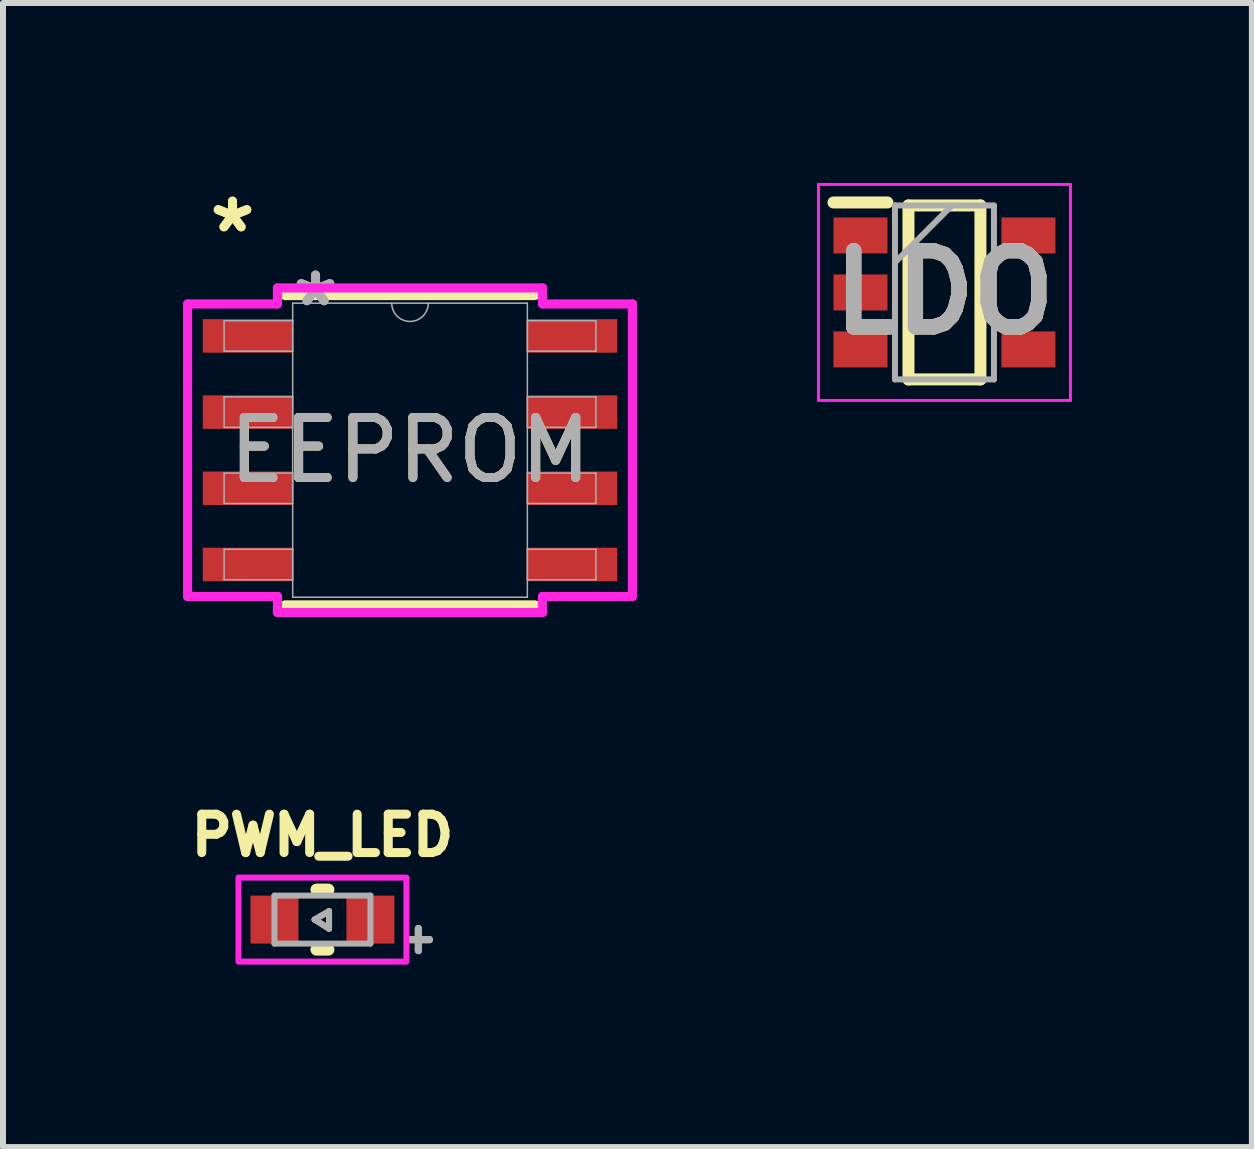
<source format=kicad_pcb>
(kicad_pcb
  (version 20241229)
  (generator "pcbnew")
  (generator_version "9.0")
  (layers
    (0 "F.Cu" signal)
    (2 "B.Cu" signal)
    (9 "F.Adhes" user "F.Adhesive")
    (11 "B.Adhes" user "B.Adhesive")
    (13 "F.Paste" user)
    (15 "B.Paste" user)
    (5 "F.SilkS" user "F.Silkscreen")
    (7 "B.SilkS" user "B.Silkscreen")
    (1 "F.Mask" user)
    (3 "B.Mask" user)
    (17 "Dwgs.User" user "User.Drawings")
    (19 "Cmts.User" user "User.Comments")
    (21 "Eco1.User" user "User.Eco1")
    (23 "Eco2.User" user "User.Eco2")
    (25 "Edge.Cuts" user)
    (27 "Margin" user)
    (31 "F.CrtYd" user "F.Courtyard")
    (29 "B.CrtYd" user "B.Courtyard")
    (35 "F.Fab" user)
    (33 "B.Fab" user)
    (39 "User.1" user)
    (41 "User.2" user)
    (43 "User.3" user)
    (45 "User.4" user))
  (footprint "PWM_LED"
    (layer "F.Cu")
    (at 2.325 12.28)
    (property "Reference" "PWM_LED" (at 0 -1.406 0) (layer "F.SilkS") (effects (font (size 0.64 0.64) (thickness 0.15))))
    (attr smd)
    (fp_line (start -0.13 0) (end 0.11 -0.14) (stroke (width 0.1) (type solid)) (layer "F.SilkS"))
    (fp_line (start -0.1 -0.5) (end 0.1 -0.5) (stroke (width 0.2) (type solid)) (layer "F.SilkS"))
    (fp_line (start 0.1 0.5) (end -0.1 0.5) (stroke (width 0.2) (type solid)) (layer "F.SilkS"))
    (fp_line (start 0.11 -0.14) (end 0.11 0.15) (stroke (width 0.1) (type solid)) (layer "F.SilkS"))
    (fp_line (start 0.11 0.15) (end -0.13 0) (stroke (width 0.1) (type solid)) (layer "F.SilkS"))
    (fp_poly (pts (xy -1.4 -0.7) (xy 1.4 -0.7) (xy 1.4 0.7) (xy -1.4 0.7)) (stroke (width 0.1) (type solid)) (fill no) (layer "F.CrtYd"))
    (fp_line (start -0.8 -0.4) (end 0.8 -0.4) (stroke (width 0.1) (type solid)) (layer "F.Fab"))
    (fp_line (start -0.8 0.4) (end -0.8 -0.4) (stroke (width 0.1) (type solid)) (layer "F.Fab"))
    (fp_line (start -0.8 0.4) (end 0.8 0.4) (stroke (width 0.1) (type solid)) (layer "F.Fab"))
    (fp_line (start -0.13 0) (end 0.11 -0.14) (stroke (width 0.1) (type solid)) (layer "F.Fab"))
    (fp_line (start 0.11 -0.14) (end 0.11 0.15) (stroke (width 0.1) (type solid)) (layer "F.Fab"))
    (fp_line (start 0.11 0.15) (end -0.13 0) (stroke (width 0.1) (type solid)) (layer "F.Fab"))
    (fp_line (start 0.8 -0.4) (end 0.8 0.4) (stroke (width 0.1) (type solid)) (layer "F.Fab"))
    (fp_text user "+" (at 1.6 0.3 0) (layer "F.SilkS") (effects (font (size 0.48 0.48) (thickness 0.15))))
    (fp_text user "+" (at 1.6 0.3 0) (layer "F.Fab") (effects (font (size 0.48 0.48) (thickness 0.15))))
    (pad "1" smd rect (at -0.8 0) (size 0.8 0.8) (layers "F.Cu" "F.Mask" "F.Paste"))
    (pad "2" smd rect (at 0.8 0) (size 0.8 0.8) (layers "F.Cu" "F.Mask" "F.Paste")))
  (footprint "EEPROM"
    (layer "F.Cu")
    (at 3.785 4.455)
    (property "Reference" "EEPROM" (at 0 0 0) (unlocked yes) (layer "F.SilkS") (effects (font (size 1 1) (thickness 0.15))))
    (attr smd)
    (fp_line (start -2.083 2.578) (end 2.083 2.578) (stroke (width 0.152) (type solid)) (layer "F.SilkS"))
    (fp_line (start 2.083 -2.578) (end -2.083 -2.578) (stroke (width 0.152) (type solid)) (layer "F.SilkS"))
    (fp_line (start -3.708 -2.438) (end -2.21 -2.438) (stroke (width 0.152) (type solid)) (layer "F.CrtYd"))
    (fp_line (start -3.708 2.438) (end -3.708 -2.438) (stroke (width 0.152) (type solid)) (layer "F.CrtYd"))
    (fp_line (start -3.708 2.438) (end -2.21 2.438) (stroke (width 0.152) (type solid)) (layer "F.CrtYd"))
    (fp_line (start -2.21 -2.705) (end 2.21 -2.705) (stroke (width 0.152) (type solid)) (layer "F.CrtYd"))
    (fp_line (start -2.21 -2.438) (end -2.21 -2.705) (stroke (width 0.152) (type solid)) (layer "F.CrtYd"))
    (fp_line (start -2.21 2.705) (end -2.21 2.438) (stroke (width 0.152) (type solid)) (layer "F.CrtYd"))
    (fp_line (start 2.21 -2.705) (end 2.21 -2.438) (stroke (width 0.152) (type solid)) (layer "F.CrtYd"))
    (fp_line (start 2.21 2.438) (end 2.21 2.705) (stroke (width 0.152) (type solid)) (layer "F.CrtYd"))
    (fp_line (start 2.21 2.705) (end -2.21 2.705) (stroke (width 0.152) (type solid)) (layer "F.CrtYd"))
    (fp_line (start 3.708 -2.438) (end 2.21 -2.438) (stroke (width 0.152) (type solid)) (layer "F.CrtYd"))
    (fp_line (start 3.708 -2.438) (end 3.708 2.438) (stroke (width 0.152) (type solid)) (layer "F.CrtYd"))
    (fp_line (start 3.708 2.438) (end 2.21 2.438) (stroke (width 0.152) (type solid)) (layer "F.CrtYd"))
    (fp_line (start -3.099 -2.159) (end -3.099 -1.651) (stroke (width 0.025) (type solid)) (layer "F.Fab"))
    (fp_line (start -3.099 -1.651) (end -1.956 -1.651) (stroke (width 0.025) (type solid)) (layer "F.Fab"))
    (fp_line (start -3.099 -0.889) (end -3.099 -0.381) (stroke (width 0.025) (type solid)) (layer "F.Fab"))
    (fp_line (start -3.099 -0.381) (end -1.956 -0.381) (stroke (width 0.025) (type solid)) (layer "F.Fab"))
    (fp_line (start -3.099 0.381) (end -3.099 0.889) (stroke (width 0.025) (type solid)) (layer "F.Fab"))
    (fp_line (start -3.099 0.889) (end -1.956 0.889) (stroke (width 0.025) (type solid)) (layer "F.Fab"))
    (fp_line (start -3.099 1.651) (end -3.099 2.159) (stroke (width 0.025) (type solid)) (layer "F.Fab"))
    (fp_line (start -3.099 2.159) (end -1.956 2.159) (stroke (width 0.025) (type solid)) (layer "F.Fab"))
    (fp_line (start -1.956 -2.451) (end -1.956 2.451) (stroke (width 0.025) (type solid)) (layer "F.Fab"))
    (fp_line (start -1.956 -2.159) (end -3.099 -2.159) (stroke (width 0.025) (type solid)) (layer "F.Fab"))
    (fp_line (start -1.956 -1.651) (end -1.956 -2.159) (stroke (width 0.025) (type solid)) (layer "F.Fab"))
    (fp_line (start -1.956 -0.889) (end -3.099 -0.889) (stroke (width 0.025) (type solid)) (layer "F.Fab"))
    (fp_line (start -1.956 -0.381) (end -1.956 -0.889) (stroke (width 0.025) (type solid)) (layer "F.Fab"))
    (fp_line (start -1.956 0.381) (end -3.099 0.381) (stroke (width 0.025) (type solid)) (layer "F.Fab"))
    (fp_line (start -1.956 0.889) (end -1.956 0.381) (stroke (width 0.025) (type solid)) (layer "F.Fab"))
    (fp_line (start -1.956 1.651) (end -3.099 1.651) (stroke (width 0.025) (type solid)) (layer "F.Fab"))
    (fp_line (start -1.956 2.159) (end -1.956 1.651) (stroke (width 0.025) (type solid)) (layer "F.Fab"))
    (fp_line (start -1.956 2.451) (end 1.956 2.451) (stroke (width 0.025) (type solid)) (layer "F.Fab"))
    (fp_line (start 1.956 -2.451) (end -1.956 -2.451) (stroke (width 0.025) (type solid)) (layer "F.Fab"))
    (fp_line (start 1.956 -2.159) (end 1.956 -1.651) (stroke (width 0.025) (type solid)) (layer "F.Fab"))
    (fp_line (start 1.956 -1.651) (end 3.099 -1.651) (stroke (width 0.025) (type solid)) (layer "F.Fab"))
    (fp_line (start 1.956 -0.889) (end 1.956 -0.381) (stroke (width 0.025) (type solid)) (layer "F.Fab"))
    (fp_line (start 1.956 -0.381) (end 3.099 -0.381) (stroke (width 0.025) (type solid)) (layer "F.Fab"))
    (fp_line (start 1.956 0.381) (end 1.956 0.889) (stroke (width 0.025) (type solid)) (layer "F.Fab"))
    (fp_line (start 1.956 0.889) (end 3.099 0.889) (stroke (width 0.025) (type solid)) (layer "F.Fab"))
    (fp_line (start 1.956 1.651) (end 1.956 2.159) (stroke (width 0.025) (type solid)) (layer "F.Fab"))
    (fp_line (start 1.956 2.159) (end 3.099 2.159) (stroke (width 0.025) (type solid)) (layer "F.Fab"))
    (fp_line (start 1.956 2.451) (end 1.956 -2.451) (stroke (width 0.025) (type solid)) (layer "F.Fab"))
    (fp_line (start 3.099 -2.159) (end 1.956 -2.159) (stroke (width 0.025) (type solid)) (layer "F.Fab"))
    (fp_line (start 3.099 -1.651) (end 3.099 -2.159) (stroke (width 0.025) (type solid)) (layer "F.Fab"))
    (fp_line (start 3.099 -0.889) (end 1.956 -0.889) (stroke (width 0.025) (type solid)) (layer "F.Fab"))
    (fp_line (start 3.099 -0.381) (end 3.099 -0.889) (stroke (width 0.025) (type solid)) (layer "F.Fab"))
    (fp_line (start 3.099 0.381) (end 1.956 0.381) (stroke (width 0.025) (type solid)) (layer "F.Fab"))
    (fp_line (start 3.099 0.889) (end 3.099 0.381) (stroke (width 0.025) (type solid)) (layer "F.Fab"))
    (fp_line (start 3.099 1.651) (end 1.956 1.651) (stroke (width 0.025) (type solid)) (layer "F.Fab"))
    (fp_line (start 3.099 2.159) (end 3.099 1.651) (stroke (width 0.025) (type solid)) (layer "F.Fab"))
    (fp_arc (start 0.3048 -2.4511) (mid 0 -2.1463) (end -0.3048 -2.4511) (stroke (width 0.0254) (type solid)) (layer "F.Fab"))
    (fp_text user "*" (at -2.959 -3.607 0) (layer "F.SilkS") (effects (font (size 1 1) (thickness 0.15))))
    (fp_text user "*" (at -2.959 -3.607 0) (unlocked yes) (layer "F.SilkS") (effects (font (size 1 1) (thickness 0.15))))
    (fp_text user "*" (at -1.575 -2.375 0) (layer "F.Fab") (effects (font (size 1 1) (thickness 0.15))))
    (fp_text user "*" (at -1.575 -2.375 0) (unlocked yes) (layer "F.Fab") (effects (font (size 1 1) (thickness 0.15))))
    (fp_text user "${REFERENCE}" (at 0 0 0) (unlocked yes) (layer "F.Fab") (effects (font (size 1 1) (thickness 0.15))))
    (pad "1" smd rect (at -2.705 -1.905) (size 1.499 0.559) (layers "F.Cu" "F.Mask" "F.Paste"))
    (pad "2" smd rect (at -2.705 -0.635) (size 1.499 0.559) (layers "F.Cu" "F.Mask" "F.Paste"))
    (pad "3" smd rect (at -2.705 0.635) (size 1.499 0.559) (layers "F.Cu" "F.Mask" "F.Paste"))
    (pad "4" smd rect (at -2.705 1.905) (size 1.499 0.559) (layers "F.Cu" "F.Mask" "F.Paste"))
    (pad "5" smd rect (at 2.705 1.905) (size 1.499 0.559) (layers "F.Cu" "F.Mask" "F.Paste"))
    (pad "6" smd rect (at 2.705 0.635) (size 1.499 0.559) (layers "F.Cu" "F.Mask" "F.Paste"))
    (pad "7" smd rect (at 2.705 -0.635) (size 1.499 0.559) (layers "F.Cu" "F.Mask" "F.Paste"))
    (pad "8" smd rect (at 2.705 -1.905) (size 1.499 0.559) (layers "F.Cu" "F.Mask" "F.Paste")))
  (footprint "LDO"
    (layer "F.Cu")
    (at 12.694 1.825)
    (property "Reference" "LDO" (at 0 0 0) (layer "F.SilkS") (effects (font (size 1.27 1.27) (thickness 0.254))))
    (attr smd)
    (fp_line (start -1.85 -1.5) (end -0.95 -1.5) (stroke (width 0.2) (type solid)) (layer "F.SilkS"))
    (fp_line (start -0.6 -1.45) (end 0.6 -1.45) (stroke (width 0.2) (type solid)) (layer "F.SilkS"))
    (fp_line (start -0.6 1.45) (end -0.6 -1.45) (stroke (width 0.2) (type solid)) (layer "F.SilkS"))
    (fp_line (start 0.6 -1.45) (end 0.6 1.45) (stroke (width 0.2) (type solid)) (layer "F.SilkS"))
    (fp_line (start 0.6 1.45) (end -0.6 1.45) (stroke (width 0.2) (type solid)) (layer "F.SilkS"))
    (fp_line (start -2.1 -1.8) (end 2.1 -1.8) (stroke (width 0.05) (type solid)) (layer "F.CrtYd"))
    (fp_line (start -2.1 1.8) (end -2.1 -1.8) (stroke (width 0.05) (type solid)) (layer "F.CrtYd"))
    (fp_line (start 2.1 -1.8) (end 2.1 1.8) (stroke (width 0.05) (type solid)) (layer "F.CrtYd"))
    (fp_line (start 2.1 1.8) (end -2.1 1.8) (stroke (width 0.05) (type solid)) (layer "F.CrtYd"))
    (fp_line (start -0.825 -1.45) (end 0.825 -1.45) (stroke (width 0.1) (type solid)) (layer "F.Fab"))
    (fp_line (start -0.825 -0.5) (end 0.125 -1.45) (stroke (width 0.1) (type solid)) (layer "F.Fab"))
    (fp_line (start -0.825 1.45) (end -0.825 -1.45) (stroke (width 0.1) (type solid)) (layer "F.Fab"))
    (fp_line (start 0.825 -1.45) (end 0.825 1.45) (stroke (width 0.1) (type solid)) (layer "F.Fab"))
    (fp_line (start 0.825 1.45) (end -0.825 1.45) (stroke (width 0.1) (type solid)) (layer "F.Fab"))
    (fp_text user "${REFERENCE}" (at 0 0 0) (layer "F.Fab") (effects (font (size 1.27 1.27) (thickness 0.254))))
    (pad "1" smd rect (at -1.4 -0.95 90) (size 0.6 0.9) (layers "F.Cu" "F.Mask" "F.Paste"))
    (pad "2" smd rect (at -1.4 0 90) (size 0.6 0.9) (layers "F.Cu" "F.Mask" "F.Paste"))
    (pad "3" smd rect (at -1.4 0.95 90) (size 0.6 0.9) (layers "F.Cu" "F.Mask" "F.Paste"))
    (pad "4" smd rect (at 1.4 0.95 90) (size 0.6 0.9) (layers "F.Cu" "F.Mask" "F.Paste"))
    (pad "5" smd rect (at 1.4 -0.95 90) (size 0.6 0.9) (layers "F.Cu" "F.Mask" "F.Paste")))
  (gr_rect
    (start -3 -3)
    (end 17.819 16.072)
    (stroke (width 0.1) (type default))
    (fill no)
    (layer "Edge.Cuts")))
</source>
